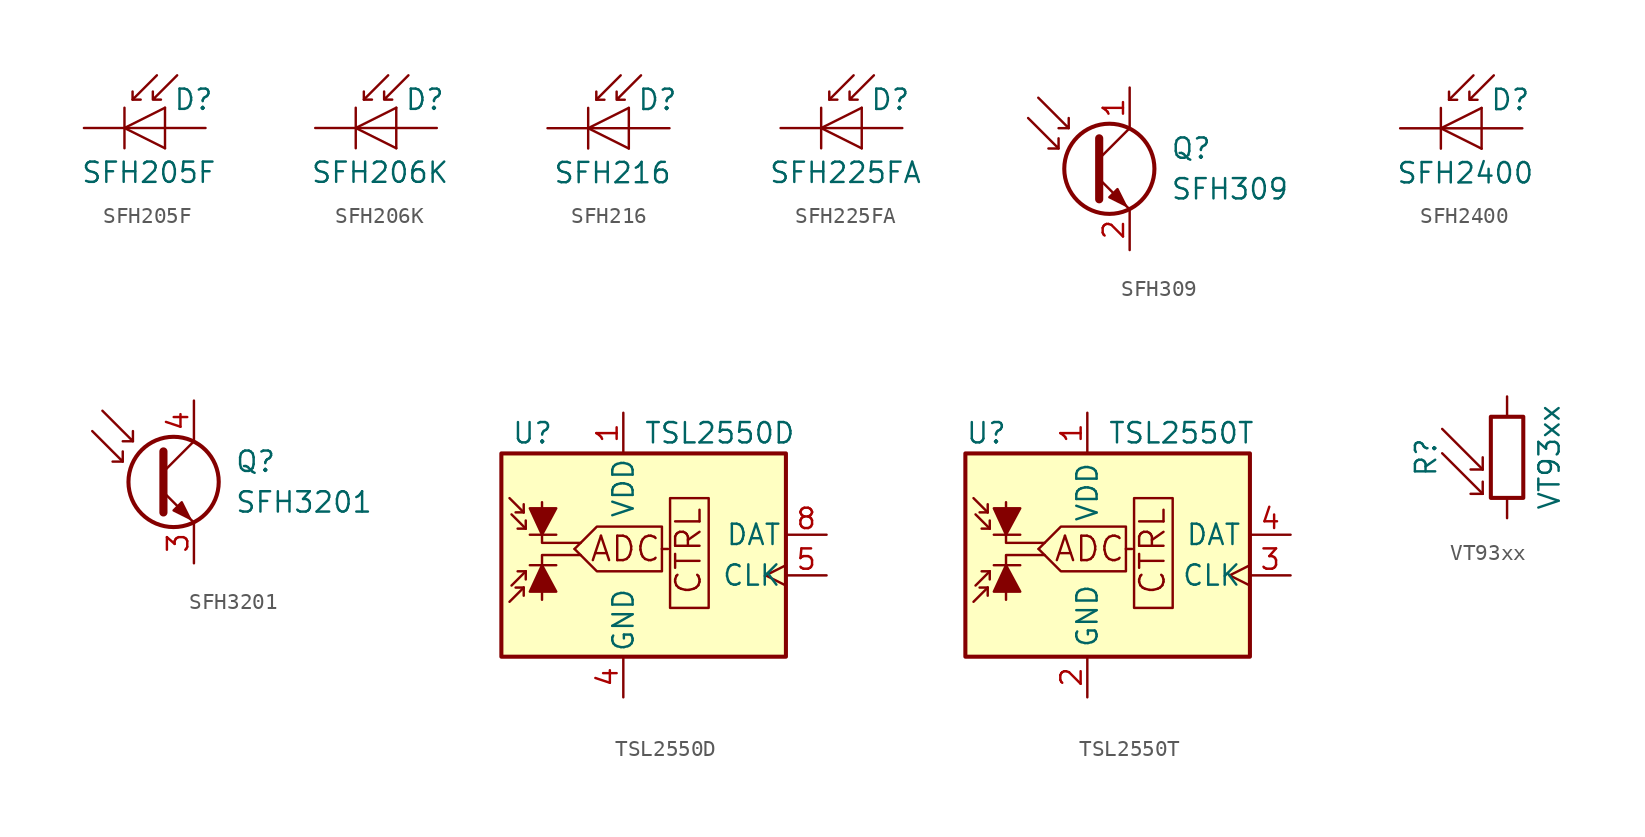
<source format=kicad_sym>
(kicad_symbol_lib
  (version 20211014)
  (generator kicad_symbol_editor)
  (symbol "Sensor_Optical:SFH205F"
    (pin_numbers hide)
    (pin_names
      (offset 1.016) hide)
    (property "Reference" "D"
      (at 0.508 1.778 0)
      (effects (font (size 1.27 1.27)) (justify left)))
    (property "Value" "SFH205F"
      (at -1.016 -2.794 0)
      (effects (font (size 1.27 1.27))))
    (symbol "SFH205F_0_1"
      (polyline (pts (xy -2.54 1.27) (xy -2.54 -1.27)) (stroke (width 0.152) (type default) (color 0 0 0 0)) (fill (type none)))
      (polyline (pts (xy -2.032 1.778) (xy -1.524 1.778)) (stroke (width 0) (type default) (color 0 0 0 0)) (fill (type none)))
      (polyline (pts (xy 0 0) (xy -2.54 0)) (stroke (width 0) (type default) (color 0 0 0 0)) (fill (type none)))
      (polyline (pts (xy 0 1.27) (xy 0 -1.27)) (stroke (width 0) (type default) (color 0 0 0 0)) (fill (type none)))
      (polyline (pts (xy -0.508 3.302) (xy -2.032 1.778) (xy -2.032 2.286)) (stroke (width 0) (type default) (color 0 0 0 0)) (fill (type none)))
      (polyline (pts (xy 0 1.27) (xy -2.54 0) (xy 0 -1.27)) (stroke (width 0) (type default) (color 0 0 0 0)) (fill (type none)))
      (polyline (pts (xy 0.762 3.302) (xy -0.762 1.778) (xy -0.762 2.286) (xy -0.762 1.778) (xy -0.254 1.778)) (stroke (width 0) (type default) (color 0 0 0 0)) (fill (type none))))
    (symbol "SFH205F_1_1"
      (pin passive line (at -5.08 0 0) (length 2.54) (name "K" (effects (font (size 1.27 1.27)))) (number "1" (effects (font (size 1.27 1.27)))))
      (pin passive line (at 2.54 0 180) (length 2.54) (name "A" (effects (font (size 1.27 1.27)))) (number "2" (effects (font (size 1.27 1.27)))))))
  (symbol "Sensor_Optical:SFH206K"
    (pin_numbers hide)
    (pin_names hide)
    (property "Reference" "D"
      (at 0.508 1.778 0)
      (effects (font (size 1.27 1.27)) (justify left)))
    (property "Value" "SFH206K"
      (at -1.016 -2.794 0)
      (effects (font (size 1.27 1.27))))
    (symbol "SFH206K_0_1"
      (polyline (pts (xy -2.54 1.27) (xy -2.54 -1.27)) (stroke (width 0.152) (type default) (color 0 0 0 0)) (fill (type none)))
      (polyline (pts (xy -2.032 1.778) (xy -1.524 1.778)) (stroke (width 0) (type default) (color 0 0 0 0)) (fill (type none)))
      (polyline (pts (xy 0 -1.27) (xy 0 1.27)) (stroke (width 0) (type default) (color 0 0 0 0)) (fill (type none)))
      (polyline (pts (xy 0 0) (xy -2.54 0)) (stroke (width 0) (type default) (color 0 0 0 0)) (fill (type none)))
      (polyline (pts (xy -0.508 3.302) (xy -2.032 1.778) (xy -2.032 2.286)) (stroke (width 0) (type default) (color 0 0 0 0)) (fill (type none)))
      (polyline (pts (xy 0 1.27) (xy -2.54 0) (xy 0 -1.27)) (stroke (width 0) (type default) (color 0 0 0 0)) (fill (type none)))
      (polyline (pts (xy 0.762 3.302) (xy -0.762 1.778) (xy -0.762 2.286) (xy -0.762 1.778) (xy -0.254 1.778)) (stroke (width 0) (type default) (color 0 0 0 0)) (fill (type none))))
    (symbol "SFH206K_1_1"
      (pin passive line (at -5.08 0 0) (length 2.54) (name "K" (effects (font (size 1.27 1.27)))) (number "1" (effects (font (size 1.27 1.27)))))
      (pin passive line (at 2.54 0 180) (length 2.54) (name "A" (effects (font (size 1.27 1.27)))) (number "2" (effects (font (size 1.27 1.27)))))))
  (symbol "Sensor_Optical:SFH216"
    (pin_numbers hide)
    (pin_names hide)
    (property "Reference" "D"
      (at 0.508 1.778 0)
      (effects (font (size 1.27 1.27)) (justify left)))
    (property "Value" "SFH216"
      (at -1.016 -2.794 0)
      (effects (font (size 1.27 1.27))))
    (symbol "SFH216_0_1"
      (polyline (pts (xy -2.54 1.27) (xy -2.54 -1.27)) (stroke (width 0.152) (type default) (color 0 0 0 0)) (fill (type none)))
      (polyline (pts (xy -2.032 1.778) (xy -1.524 1.778)) (stroke (width 0) (type default) (color 0 0 0 0)) (fill (type none)))
      (polyline (pts (xy 0 -1.27) (xy 0 1.27)) (stroke (width 0) (type default) (color 0 0 0 0)) (fill (type none)))
      (polyline (pts (xy 0 0) (xy -2.54 0)) (stroke (width 0) (type default) (color 0 0 0 0)) (fill (type none)))
      (polyline (pts (xy -0.508 3.302) (xy -2.032 1.778) (xy -2.032 2.286)) (stroke (width 0) (type default) (color 0 0 0 0)) (fill (type none)))
      (polyline (pts (xy 0 1.27) (xy -2.54 0) (xy 0 -1.27)) (stroke (width 0) (type default) (color 0 0 0 0)) (fill (type none)))
      (polyline (pts (xy 0.762 3.302) (xy -0.762 1.778) (xy -0.762 2.286) (xy -0.762 1.778) (xy -0.254 1.778)) (stroke (width 0) (type default) (color 0 0 0 0)) (fill (type none))))
    (symbol "SFH216_1_1"
      (pin passive line (at -5.08 0 0) (length 2.54) (name "K" (effects (font (size 1.27 1.27)))) (number "1" (effects (font (size 1.27 1.27)))))
      (pin passive line (at 2.54 0 180) (length 2.54) (name "A" (effects (font (size 1.27 1.27)))) (number "2" (effects (font (size 1.27 1.27)))))))
  (symbol "Sensor_Optical:SFH225FA"
    (pin_numbers hide)
    (pin_names hide)
    (property "Reference" "D"
      (at 0.508 1.778 0)
      (effects (font (size 1.27 1.27)) (justify left)))
    (property "Value" "SFH225FA"
      (at -1.016 -2.794 0)
      (effects (font (size 1.27 1.27))))
    (symbol "SFH225FA_0_1"
      (polyline (pts (xy -2.54 1.27) (xy -2.54 -1.27)) (stroke (width 0.152) (type default) (color 0 0 0 0)) (fill (type none)))
      (polyline (pts (xy -2.032 1.778) (xy -1.524 1.778)) (stroke (width 0) (type default) (color 0 0 0 0)) (fill (type none)))
      (polyline (pts (xy 0 -1.27) (xy 0 1.27)) (stroke (width 0) (type default) (color 0 0 0 0)) (fill (type none)))
      (polyline (pts (xy 0 0) (xy -2.54 0)) (stroke (width 0) (type default) (color 0 0 0 0)) (fill (type none)))
      (polyline (pts (xy -0.508 3.302) (xy -2.032 1.778) (xy -2.032 2.286)) (stroke (width 0) (type default) (color 0 0 0 0)) (fill (type none)))
      (polyline (pts (xy 0 1.27) (xy -2.54 0) (xy 0 -1.27)) (stroke (width 0) (type default) (color 0 0 0 0)) (fill (type none)))
      (polyline (pts (xy 0.762 3.302) (xy -0.762 1.778) (xy -0.762 2.286) (xy -0.762 1.778) (xy -0.254 1.778)) (stroke (width 0) (type default) (color 0 0 0 0)) (fill (type none))))
    (symbol "SFH225FA_1_1"
      (pin passive line (at -5.08 0 0) (length 2.54) (name "K" (effects (font (size 1.27 1.27)))) (number "1" (effects (font (size 1.27 1.27)))))
      (pin passive line (at 2.54 0 180) (length 2.54) (name "A" (effects (font (size 1.27 1.27)))) (number "2" (effects (font (size 1.27 1.27)))))))
  (symbol "Sensor_Optical:SFH309"
    (pin_names
      (offset 0) hide)
    (property "Reference" "Q"
      (at 5.08 1.27 0)
      (effects (font (size 1.27 1.27)) (justify left)))
    (property "Value" "SFH309"
      (at 5.08 -1.27 0)
      (effects (font (size 1.27 1.27)) (justify left)))
    (symbol "SFH309_0_1"
      (polyline (pts (xy -1.905 1.27) (xy -2.54 1.27)) (stroke (width 0) (type default) (color 0 0 0 0)) (fill (type none)))
      (polyline (pts (xy -1.27 2.54) (xy -1.905 2.54)) (stroke (width 0) (type default) (color 0 0 0 0)) (fill (type none)))
      (polyline (pts (xy 0.635 0.635) (xy 2.54 2.54)) (stroke (width 0) (type default) (color 0 0 0 0)) (fill (type none)))
      (polyline (pts (xy -3.81 3.175) (xy -1.905 1.27) (xy -1.905 1.905)) (stroke (width 0) (type default) (color 0 0 0 0)) (fill (type none)))
      (polyline (pts (xy -3.175 4.445) (xy -1.27 2.54) (xy -1.27 3.175)) (stroke (width 0) (type default) (color 0 0 0 0)) (fill (type none)))
      (polyline (pts (xy 0.635 -0.635) (xy 2.54 -2.54) (xy 2.54 -2.54)) (stroke (width 0) (type default) (color 0 0 0 0)) (fill (type none)))
      (polyline (pts (xy 0.635 1.905) (xy 0.635 -1.905) (xy 0.635 -1.905)) (stroke (width 0.508) (type default) (color 0 0 0 0)) (fill (type none)))
      (polyline (pts (xy 1.27 -1.778) (xy 1.778 -1.27) (xy 2.286 -2.286) (xy 1.27 -1.778) (xy 1.27 -1.778)) (stroke (width 0) (type default) (color 0 0 0 0)) (fill (type outline)))
      (circle (center 1.27 0) (radius 2.819) (stroke (width 0.254)) (stroke (width 0.254) (type default) (color 0 0 0 0)) (fill (type none))))
    (symbol "SFH309_1_1"
      (pin passive line (at 2.54 5.08 270) (length 2.54) (name "C" (effects (font (size 1.27 1.27)))) (number "1" (effects (font (size 1.27 1.27)))))
      (pin passive line (at 2.54 -5.08 90) (length 2.54) (name "E" (effects (font (size 1.27 1.27)))) (number "2" (effects (font (size 1.27 1.27)))))))
  (symbol "Sensor_Optical:SFH2400"
    (pin_numbers hide)
    (pin_names hide)
    (property "Reference" "D"
      (at 0.508 1.778 0)
      (effects (font (size 1.27 1.27)) (justify left)))
    (property "Value" "SFH2400"
      (at -1.016 -2.794 0)
      (effects (font (size 1.27 1.27))))
    (symbol "SFH2400_0_1"
      (polyline (pts (xy -2.54 1.27) (xy -2.54 -1.27)) (stroke (width 0.152) (type default) (color 0 0 0 0)) (fill (type none)))
      (polyline (pts (xy -2.032 1.778) (xy -1.524 1.778)) (stroke (width 0) (type default) (color 0 0 0 0)) (fill (type none)))
      (polyline (pts (xy 0 0) (xy -2.54 0)) (stroke (width 0) (type default) (color 0 0 0 0)) (fill (type none)))
      (polyline (pts (xy 0 1.27) (xy 0 -1.27)) (stroke (width 0) (type default) (color 0 0 0 0)) (fill (type none)))
      (polyline (pts (xy -0.508 3.302) (xy -2.032 1.778) (xy -2.032 2.286)) (stroke (width 0) (type default) (color 0 0 0 0)) (fill (type none)))
      (polyline (pts (xy 0 1.27) (xy -2.54 0) (xy 0 -1.27)) (stroke (width 0) (type default) (color 0 0 0 0)) (fill (type none)))
      (polyline (pts (xy 0.762 3.302) (xy -0.762 1.778) (xy -0.762 2.286) (xy -0.762 1.778) (xy -0.254 1.778)) (stroke (width 0) (type default) (color 0 0 0 0)) (fill (type none))))
    (symbol "SFH2400_1_1"
      (pin passive line (at -5.08 0 0) (length 2.54) (name "K" (effects (font (size 1.27 1.27)))) (number "1" (effects (font (size 1.27 1.27)))))
      (pin passive line (at 2.54 0 180) (length 2.54) (name "A" (effects (font (size 1.27 1.27)))) (number "2" (effects (font (size 1.27 1.27)))))))
  (symbol "Sensor_Optical:SFH3201"
    (pin_names hide)
    (property "Reference" "Q"
      (at 2.54 1.27 0)
      (effects (font (size 1.27 1.27)) (justify left)))
    (property "Value" "SFH3201"
      (at 2.54 -1.27 0)
      (effects (font (size 1.27 1.27)) (justify left)))
    (symbol "SFH3201_0_1"
      (circle (center -1.27 0) (radius 2.819) (stroke (width 0.254)) (stroke (width 0.254) (type default) (color 0 0 0 0)) (fill (type none)))
      (polyline (pts (xy -4.445 1.27) (xy -5.08 1.27)) (stroke (width 0) (type default) (color 0 0 0 0)) (fill (type none)))
      (polyline (pts (xy -3.81 2.54) (xy -4.445 2.54)) (stroke (width 0) (type default) (color 0 0 0 0)) (fill (type none)))
      (polyline (pts (xy -1.905 0.635) (xy 0 2.54)) (stroke (width 0) (type default) (color 0 0 0 0)) (fill (type none)))
      (polyline (pts (xy -6.35 3.175) (xy -4.445 1.27) (xy -4.445 1.905)) (stroke (width 0) (type default) (color 0 0 0 0)) (fill (type none)))
      (polyline (pts (xy -5.715 4.445) (xy -3.81 2.54) (xy -3.81 3.175)) (stroke (width 0) (type default) (color 0 0 0 0)) (fill (type none)))
      (polyline (pts (xy -1.905 -0.635) (xy 0 -2.54) (xy 0 -2.54)) (stroke (width 0) (type default) (color 0 0 0 0)) (fill (type none)))
      (polyline (pts (xy -1.905 1.905) (xy -1.905 -1.905) (xy -1.905 -1.905)) (stroke (width 0.508) (type default) (color 0 0 0 0)) (fill (type none)))
      (polyline (pts (xy -1.27 -1.778) (xy -0.762 -1.27) (xy -0.254 -2.286) (xy -1.27 -1.778) (xy -1.27 -1.778)) (stroke (width 0) (type default) (color 0 0 0 0)) (fill (type outline))))
    (symbol "SFH3201_1_1"
      (pin passive line (at 0 -5.08 90) (length 2.54) (name "E" (effects (font (size 1.27 1.27)))) (number "3" (effects (font (size 1.27 1.27)))))
      (pin passive line (at 0 5.08 270) (length 2.54) (name "C" (effects (font (size 1.27 1.27)))) (number "4" (effects (font (size 1.27 1.27)))))))
  (symbol "Sensor_Optical:TSL2550D"
    (pin_names
      (offset 0.254))
    (property "Reference" "U"
      (at -6.985 6.35 0)
      (effects (font (size 1.27 1.27)) (justify left)))
    (property "Value" "TSL2550D"
      (at 1.27 6.35 0)
      (effects (font (size 1.27 1.27)) (justify left)))
    (symbol "TSL2550D_0_0"
      (polyline (pts (xy 2.413 -0.889) (xy 2.794 -0.889)) (stroke (width 0) (type default) (color 0 0 0 0)) (fill (type none)))
      (polyline (pts (xy -5.08 -4.064) (xy -5.08 -1.27) (xy -2.667 -1.27)) (stroke (width 0) (type default) (color 0 0 0 0)) (fill (type none)))
      (polyline (pts (xy -5.08 2.032) (xy -5.08 -0.508) (xy -2.667 -0.508)) (stroke (width 0) (type default) (color 0 0 0 0)) (fill (type none)))
      (polyline (pts (xy -3.048 -0.889) (xy -1.651 -2.286) (xy 2.413 -2.286) (xy 2.413 -0.889)) (stroke (width 0) (type default) (color 0 0 0 0)) (fill (type none)))
      (polyline (pts (xy -3.048 -0.889) (xy -1.651 0.508) (xy 2.413 0.508) (xy 2.413 -0.889)) (stroke (width 0) (type default) (color 0 0 0 0)) (fill (type none)))
      (rectangle (start 2.921 2.286) (end 5.334 -4.572) (stroke (width 0) (type default) (color 0 0 0 0)) (fill (type none)))
      (text "ADC" (at 0.127 -0.889 0) (effects (font (size 1.524 1.524))))
      (text "CTRL" (at 4.064 -1.016 900) (effects (font (size 1.524 1.524)))))
    (symbol "TSL2550D_0_1"
      (polyline (pts (xy -6.223 -3.302) (xy -7.112 -4.191)) (stroke (width 0) (type default) (color 0 0 0 0)) (fill (type none)))
      (polyline (pts (xy -6.223 -3.302) (xy -6.731 -3.302)) (stroke (width 0) (type default) (color 0 0 0 0)) (fill (type none)))
      (polyline (pts (xy -6.223 -3.302) (xy -6.223 -3.81)) (stroke (width 0) (type default) (color 0 0 0 0)) (fill (type none)))
      (polyline (pts (xy -6.223 1.397) (xy -7.112 2.286)) (stroke (width 0) (type default) (color 0 0 0 0)) (fill (type none)))
      (polyline (pts (xy -6.223 1.397) (xy -6.731 1.397)) (stroke (width 0) (type default) (color 0 0 0 0)) (fill (type none)))
      (polyline (pts (xy -6.223 1.397) (xy -6.223 1.905)) (stroke (width 0) (type default) (color 0 0 0 0)) (fill (type none)))
      (polyline (pts (xy -6.096 -2.286) (xy -6.985 -3.175)) (stroke (width 0) (type default) (color 0 0 0 0)) (fill (type none)))
      (polyline (pts (xy -6.096 -2.286) (xy -6.604 -2.286)) (stroke (width 0) (type default) (color 0 0 0 0)) (fill (type none)))
      (polyline (pts (xy -6.096 -2.286) (xy -6.096 -2.794)) (stroke (width 0) (type default) (color 0 0 0 0)) (fill (type none)))
      (polyline (pts (xy -6.096 0.381) (xy -6.985 1.27)) (stroke (width 0) (type default) (color 0 0 0 0)) (fill (type none)))
      (polyline (pts (xy -6.096 0.381) (xy -6.604 0.381)) (stroke (width 0) (type default) (color 0 0 0 0)) (fill (type none)))
      (polyline (pts (xy -6.096 0.381) (xy -6.096 0.889)) (stroke (width 0) (type default) (color 0 0 0 0)) (fill (type none)))
      (polyline (pts (xy -5.842 -1.905) (xy -4.191 -1.905)) (stroke (width 0) (type default) (color 0 0 0 0)) (fill (type none)))
      (polyline (pts (xy -5.842 0) (xy -4.191 0)) (stroke (width 0) (type default) (color 0 0 0 0)) (fill (type none)))
      (polyline (pts (xy -5.842 -3.556) (xy -4.191 -3.556) (xy -5.08 -1.905) (xy -5.842 -3.556)) (stroke (width 0) (type default) (color 0 0 0 0)) (fill (type outline)))
      (polyline (pts (xy -5.842 1.651) (xy -4.191 1.651) (xy -5.08 0) (xy -5.842 1.651)) (stroke (width 0) (type default) (color 0 0 0 0)) (fill (type outline)))
      (rectangle (start 10.16 5.08) (end -7.62 -7.62) (stroke (width 0.254) (type default) (color 0 0 0 0)) (fill (type background))))
    (symbol "TSL2550D_1_1"
      (pin power_in line (at 0 7.62 270) (length 2.54) (name "VDD" (effects (font (size 1.27 1.27)))) (number "1" (effects (font (size 1.27 1.27)))))
      (pin no_connect line (at -7.62 2.54 0) (length 2.54) hide (name "NC" (effects (font (size 1.27 1.27)))) (number "2" (effects (font (size 1.27 1.27)))))
      (pin no_connect line (at -7.62 0 0) (length 2.54) hide (name "NC" (effects (font (size 1.27 1.27)))) (number "3" (effects (font (size 1.27 1.27)))))
      (pin power_in line (at 0 -10.16 90) (length 2.54) (name "GND" (effects (font (size 1.27 1.27)))) (number "4" (effects (font (size 1.27 1.27)))))
      (pin input clock (at 12.7 -2.54 180) (length 2.54) (name "CLK" (effects (font (size 1.27 1.27)))) (number "5" (effects (font (size 1.27 1.27)))))
      (pin no_connect line (at -7.62 -2.54 0) (length 2.54) hide (name "NC" (effects (font (size 1.27 1.27)))) (number "6" (effects (font (size 1.27 1.27)))))
      (pin no_connect line (at -7.62 -5.08 0) (length 2.54) hide (name "NC" (effects (font (size 1.27 1.27)))) (number "7" (effects (font (size 1.27 1.27)))))
      (pin bidirectional line (at 12.7 0 180) (length 2.54) (name "DAT" (effects (font (size 1.27 1.27)))) (number "8" (effects (font (size 1.27 1.27)))))))
  (symbol "Sensor_Optical:TSL2550T"
    (property "Reference" "U"
      (at -7.62 6.35 0)
      (effects (font (size 1.27 1.27)) (justify left)))
    (property "Value" "TSL2550T"
      (at 1.27 6.35 0)
      (effects (font (size 1.27 1.27)) (justify left)))
    (symbol "TSL2550T_0_0"
      (polyline (pts (xy 2.413 -0.889) (xy 2.794 -0.889)) (stroke (width 0) (type default) (color 0 0 0 0)) (fill (type none)))
      (polyline (pts (xy -5.08 -4.064) (xy -5.08 -1.27) (xy -2.667 -1.27)) (stroke (width 0) (type default) (color 0 0 0 0)) (fill (type none)))
      (polyline (pts (xy -5.08 2.032) (xy -5.08 -0.508) (xy -2.667 -0.508)) (stroke (width 0) (type default) (color 0 0 0 0)) (fill (type none)))
      (polyline (pts (xy -3.048 -0.889) (xy -1.651 -2.286) (xy 2.413 -2.286) (xy 2.413 -0.889)) (stroke (width 0) (type default) (color 0 0 0 0)) (fill (type none)))
      (polyline (pts (xy -3.048 -0.889) (xy -1.651 0.508) (xy 2.413 0.508) (xy 2.413 -0.889)) (stroke (width 0) (type default) (color 0 0 0 0)) (fill (type none)))
      (rectangle (start 2.921 2.286) (end 5.334 -4.572) (stroke (width 0) (type default) (color 0 0 0 0)) (fill (type none)))
      (text "ADC" (at 0.127 -0.889 0) (effects (font (size 1.524 1.524))))
      (text "CTRL" (at 4.064 -1.016 900) (effects (font (size 1.524 1.524)))))
    (symbol "TSL2550T_0_1"
      (polyline (pts (xy -6.223 -3.302) (xy -7.112 -4.191)) (stroke (width 0) (type default) (color 0 0 0 0)) (fill (type none)))
      (polyline (pts (xy -6.223 -3.302) (xy -6.731 -3.302)) (stroke (width 0) (type default) (color 0 0 0 0)) (fill (type none)))
      (polyline (pts (xy -6.223 -3.302) (xy -6.223 -3.81)) (stroke (width 0) (type default) (color 0 0 0 0)) (fill (type none)))
      (polyline (pts (xy -6.223 1.397) (xy -7.112 2.286)) (stroke (width 0) (type default) (color 0 0 0 0)) (fill (type none)))
      (polyline (pts (xy -6.223 1.397) (xy -6.731 1.397)) (stroke (width 0) (type default) (color 0 0 0 0)) (fill (type none)))
      (polyline (pts (xy -6.223 1.397) (xy -6.223 1.905)) (stroke (width 0) (type default) (color 0 0 0 0)) (fill (type none)))
      (polyline (pts (xy -6.096 -2.286) (xy -6.985 -3.175)) (stroke (width 0) (type default) (color 0 0 0 0)) (fill (type none)))
      (polyline (pts (xy -6.096 -2.286) (xy -6.604 -2.286)) (stroke (width 0) (type default) (color 0 0 0 0)) (fill (type none)))
      (polyline (pts (xy -6.096 -2.286) (xy -6.096 -2.794)) (stroke (width 0) (type default) (color 0 0 0 0)) (fill (type none)))
      (polyline (pts (xy -6.096 0.381) (xy -6.985 1.27)) (stroke (width 0) (type default) (color 0 0 0 0)) (fill (type none)))
      (polyline (pts (xy -6.096 0.381) (xy -6.604 0.381)) (stroke (width 0) (type default) (color 0 0 0 0)) (fill (type none)))
      (polyline (pts (xy -6.096 0.381) (xy -6.096 0.889)) (stroke (width 0) (type default) (color 0 0 0 0)) (fill (type none)))
      (polyline (pts (xy -5.842 -1.905) (xy -4.191 -1.905)) (stroke (width 0) (type default) (color 0 0 0 0)) (fill (type none)))
      (polyline (pts (xy -5.842 0) (xy -4.191 0)) (stroke (width 0) (type default) (color 0 0 0 0)) (fill (type none)))
      (polyline (pts (xy -5.842 -3.556) (xy -4.191 -3.556) (xy -5.08 -1.905) (xy -5.842 -3.556)) (stroke (width 0) (type default) (color 0 0 0 0)) (fill (type outline)))
      (polyline (pts (xy -5.842 1.651) (xy -4.191 1.651) (xy -5.08 0) (xy -5.842 1.651)) (stroke (width 0) (type default) (color 0 0 0 0)) (fill (type outline)))
      (rectangle (start 10.16 5.08) (end -7.62 -7.62) (stroke (width 0.254) (type default) (color 0 0 0 0)) (fill (type background))))
    (symbol "TSL2550T_1_1"
      (pin power_in line (at 0 7.62 270) (length 2.54) (name "VDD" (effects (font (size 1.27 1.27)))) (number "1" (effects (font (size 1.27 1.27)))))
      (pin power_in line (at 0 -10.16 90) (length 2.54) (name "GND" (effects (font (size 1.27 1.27)))) (number "2" (effects (font (size 1.27 1.27)))))
      (pin input clock (at 12.7 -2.54 180) (length 2.54) (name "CLK" (effects (font (size 1.27 1.27)))) (number "3" (effects (font (size 1.27 1.27)))))
      (pin bidirectional line (at 12.7 0 180) (length 2.54) (name "DAT" (effects (font (size 1.27 1.27)))) (number "4" (effects (font (size 1.27 1.27)))))))
  (symbol "Sensor_Optical:VT93xx"
    (pin_numbers hide)
    (pin_names
      (offset 0))
    (property "Reference" "R"
      (at -5.08 0 90)
      (effects (font (size 1.27 1.27))))
    (property "Value" "VT93xx"
      (at 1.905 0 90)
      (effects (font (size 1.27 1.27)) (justify top)))
    (symbol "VT93xx_0_1"
      (rectangle (start -1.016 2.54) (end 1.016 -2.54) (stroke (width 0.254) (type default) (color 0 0 0 0)) (fill (type none)))
      (polyline (pts (xy -1.524 -2.286) (xy -4.064 0.254)) (stroke (width 0) (type default) (color 0 0 0 0)) (fill (type none)))
      (polyline (pts (xy -1.524 -2.286) (xy -2.286 -2.286)) (stroke (width 0) (type default) (color 0 0 0 0)) (fill (type none)))
      (polyline (pts (xy -1.524 -2.286) (xy -1.524 -1.524)) (stroke (width 0) (type default) (color 0 0 0 0)) (fill (type none)))
      (polyline (pts (xy -1.524 -0.762) (xy -4.064 1.778)) (stroke (width 0) (type default) (color 0 0 0 0)) (fill (type none)))
      (polyline (pts (xy -1.524 -0.762) (xy -2.286 -0.762)) (stroke (width 0) (type default) (color 0 0 0 0)) (fill (type none)))
      (polyline (pts (xy -1.524 -0.762) (xy -1.524 0)) (stroke (width 0) (type default) (color 0 0 0 0)) (fill (type none))))
    (symbol "VT93xx_1_1"
      (pin passive line (at 0 3.81 270) (length 1.27) (name "~" (effects (font (size 1.27 1.27)))) (number "1" (effects (font (size 1.27 1.27)))))
      (pin passive line (at 0 -3.81 90) (length 1.27) (name "~" (effects (font (size 1.27 1.27)))) (number "2" (effects (font (size 1.27 1.27))))))))
</source>
